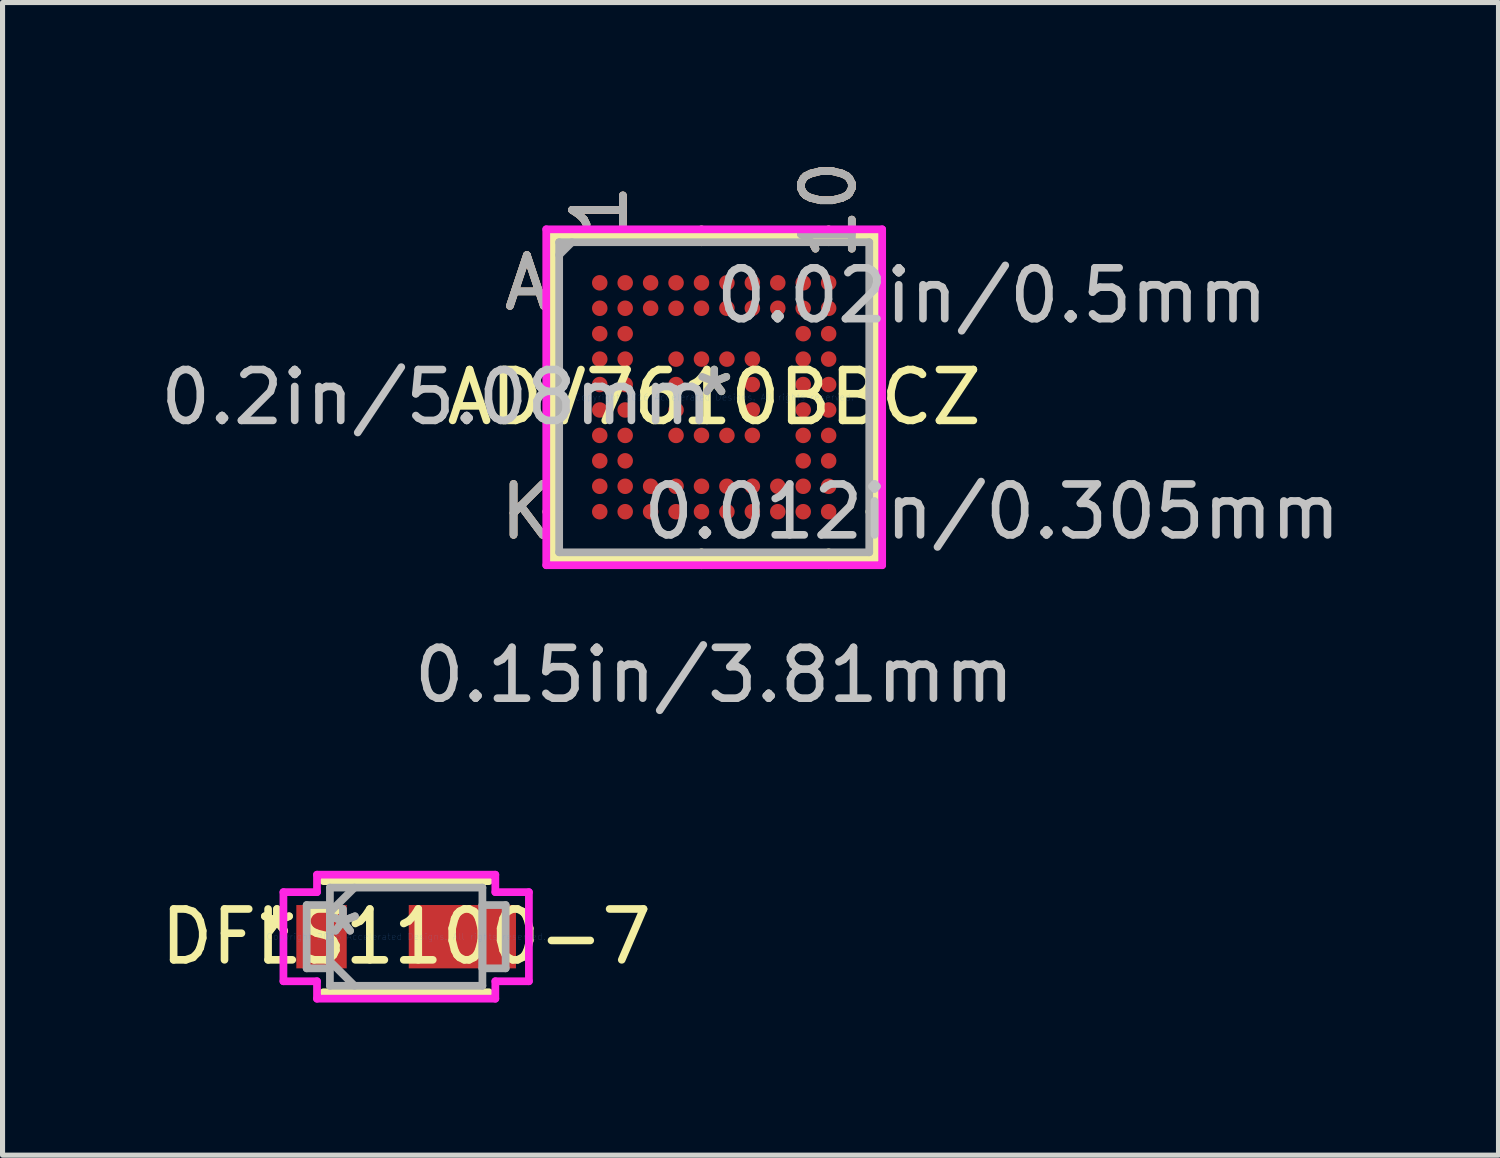
<source format=kicad_pcb>
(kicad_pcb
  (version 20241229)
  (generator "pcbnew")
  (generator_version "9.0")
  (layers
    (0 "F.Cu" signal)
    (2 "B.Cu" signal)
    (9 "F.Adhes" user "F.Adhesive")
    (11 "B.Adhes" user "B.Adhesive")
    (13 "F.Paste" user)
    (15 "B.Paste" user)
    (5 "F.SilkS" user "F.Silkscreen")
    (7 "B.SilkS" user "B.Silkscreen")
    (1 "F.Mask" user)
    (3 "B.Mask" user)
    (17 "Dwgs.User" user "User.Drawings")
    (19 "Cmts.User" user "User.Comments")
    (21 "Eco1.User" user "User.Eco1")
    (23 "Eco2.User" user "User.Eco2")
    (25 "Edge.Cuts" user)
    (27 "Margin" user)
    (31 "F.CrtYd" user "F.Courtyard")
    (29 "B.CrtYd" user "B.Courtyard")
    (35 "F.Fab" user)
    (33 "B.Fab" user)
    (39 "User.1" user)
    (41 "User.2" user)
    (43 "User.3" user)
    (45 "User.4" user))
  (footprint "ADV7610BBCZ"
    (layer "F.Cu")
    (at 10.991 4.76)
    (property "Reference" "ADV7610BBCZ" (at 0 0 0) (layer "F.SilkS") (effects (font (size 1 1) (thickness 0.15))))
    (attr through_hole)
    (fp_line (start -3.175 -3.175) (end -3.175 3.175) (stroke (width 0.152) (type solid)) (layer "F.SilkS"))
    (fp_line (start -3.175 3.175) (end 3.175 3.175) (stroke (width 0.152) (type solid)) (layer "F.SilkS"))
    (fp_line (start -3.048 -0.25) (end -3.302 -0.25) (stroke (width 0.152) (type solid)) (layer "F.SilkS"))
    (fp_line (start -3.048 2.25) (end -3.302 2.25) (stroke (width 0.152) (type solid)) (layer "F.SilkS"))
    (fp_line (start -0.25 -3.048) (end -0.25 -3.302) (stroke (width 0.152) (type solid)) (layer "F.SilkS"))
    (fp_line (start -0.25 3.048) (end -0.25 3.302) (stroke (width 0.152) (type solid)) (layer "F.SilkS"))
    (fp_line (start 2.25 -3.048) (end 2.25 -3.302) (stroke (width 0.152) (type solid)) (layer "F.SilkS"))
    (fp_line (start 2.25 3.048) (end 2.25 3.302) (stroke (width 0.152) (type solid)) (layer "F.SilkS"))
    (fp_line (start 3.048 -0.25) (end 3.302 -0.25) (stroke (width 0.152) (type solid)) (layer "F.SilkS"))
    (fp_line (start 3.048 2.25) (end 3.302 2.25) (stroke (width 0.152) (type solid)) (layer "F.SilkS"))
    (fp_line (start 3.175 -3.175) (end -3.175 -3.175) (stroke (width 0.152) (type solid)) (layer "F.SilkS"))
    (fp_line (start 3.175 3.175) (end 3.175 -3.175) (stroke (width 0.152) (type solid)) (layer "F.SilkS"))
    (fp_line (start -3.302 -3.302) (end 3.302 -3.302) (stroke (width 0.152) (type solid)) (layer "F.CrtYd"))
    (fp_line (start -3.302 3.302) (end -3.302 -3.302) (stroke (width 0.152) (type solid)) (layer "F.CrtYd"))
    (fp_line (start 3.302 -3.302) (end 3.302 3.302) (stroke (width 0.152) (type solid)) (layer "F.CrtYd"))
    (fp_line (start 3.302 3.302) (end -3.302 3.302) (stroke (width 0.152) (type solid)) (layer "F.CrtYd"))
    (fp_line (start -3.048 -3.048) (end -3.048 3.048) (stroke (width 0.152) (type solid)) (layer "F.Fab"))
    (fp_line (start -3.048 3.048) (end 3.048 3.048) (stroke (width 0.152) (type solid)) (layer "F.Fab"))
    (fp_line (start -2.798 -3.048) (end -3.048 -2.798) (stroke (width 0.152) (type solid)) (layer "F.Fab"))
    (fp_line (start 3.048 -3.048) (end -3.048 -3.048) (stroke (width 0.152) (type solid)) (layer "F.Fab"))
    (fp_line (start 3.048 3.048) (end 3.048 -3.048) (stroke (width 0.152) (type solid)) (layer "F.Fab"))
    (fp_text user "K" (at -3.683 2.25 0) (layer "F.SilkS") (effects (font (size 1 1) (thickness 0.15))))
    (fp_text user "10" (at 2.25 -3.683 90) (layer "F.SilkS") (effects (font (size 1 1) (thickness 0.15))))
    (fp_text user "*" (at 0 0 0) (layer "F.SilkS") (effects (font (size 1 1) (thickness 0.15))))
    (fp_text user "1" (at -2.25 -3.683 90) (layer "F.SilkS") (effects (font (size 1 1) (thickness 0.15))))
    (fp_text user "A" (at -3.683 -2.25 0) (layer "F.SilkS") (effects (font (size 1 1) (thickness 0.15))))
    (fp_text user "10" (at 2.25 -3.683 90) (layer "B.SilkS") (effects (font (size 1 1) (thickness 0.15))))
    (fp_text user "K" (at -3.683 2.25 0) (layer "B.SilkS") (effects (font (size 1 1) (thickness 0.15))))
    (fp_text user "A" (at -3.683 -2.25 0) (layer "B.SilkS") (effects (font (size 1 1) (thickness 0.15))))
    (fp_text user "1" (at -2.25 -3.683 90) (layer "B.SilkS") (effects (font (size 1 1) (thickness 0.15))))
    (fp_text user "0.02in/0.5mm" (at 5.461 -2 0) (layer "Dwgs.User") (effects (font (size 1 1) (thickness 0.15))))
    (fp_text user "0.012in/0.305mm" (at 5.461 2.25 0) (layer "Dwgs.User") (effects (font (size 1 1) (thickness 0.15))))
    (fp_text user "0.2in/5.08mm" (at -5.461 0 0) (layer "Dwgs.User") (effects (font (size 1 1) (thickness 0.15))))
    (fp_text user "0.15in/3.81mm" (at 0 5.461 0) (layer "Dwgs.User") (effects (font (size 1 1) (thickness 0.15))))
    (fp_text user "Copyright 2016 Accelerated Designs. All rights reserved." (at 0 0 0) (layer "Cmts.User") (effects (font (size 0.127 0.127) (thickness 0.002))))
    (fp_text user "10" (at 2.25 -3.683 90) (layer "F.Fab") (effects (font (size 1 1) (thickness 0.15))))
    (fp_text user "1" (at -2.25 -3.683 90) (layer "F.Fab") (effects (font (size 1 1) (thickness 0.15))))
    (fp_text user "*" (at 0 0 0) (layer "F.Fab") (effects (font (size 1 1) (thickness 0.15))))
    (fp_text user "K" (at -3.683 2.25 0) (layer "F.Fab") (effects (font (size 1 1) (thickness 0.15))))
    (fp_text user "A" (at -3.683 -2.25 0) (layer "F.Fab") (effects (font (size 1 1) (thickness 0.15))))
    (pad "A1" smd circle (at -2.25 -2.25) (size 0.305 0.305) (layers "F.Cu" "F.Mask" "F.Paste"))
    (pad "A2" smd circle (at -1.75 -2.25) (size 0.305 0.305) (layers "F.Cu" "F.Mask" "F.Paste"))
    (pad "A3" smd circle (at -1.25 -2.25) (size 0.305 0.305) (layers "F.Cu" "F.Mask" "F.Paste"))
    (pad "A4" smd circle (at -0.75 -2.25) (size 0.305 0.305) (layers "F.Cu" "F.Mask" "F.Paste"))
    (pad "A5" smd circle (at -0.25 -2.25) (size 0.305 0.305) (layers "F.Cu" "F.Mask" "F.Paste"))
    (pad "A6" smd circle (at 0.25 -2.25) (size 0.305 0.305) (layers "F.Cu" "F.Mask" "F.Paste"))
    (pad "A7" smd circle (at 0.75 -2.25) (size 0.305 0.305) (layers "F.Cu" "F.Mask" "F.Paste"))
    (pad "A8" smd circle (at 1.25 -2.25) (size 0.305 0.305) (layers "F.Cu" "F.Mask" "F.Paste"))
    (pad "A9" smd circle (at 1.75 -2.25) (size 0.305 0.305) (layers "F.Cu" "F.Mask" "F.Paste"))
    (pad "A10" smd circle (at 2.25 -2.25) (size 0.305 0.305) (layers "F.Cu" "F.Mask" "F.Paste"))
    (pad "B1" smd circle (at -2.25 -1.75) (size 0.305 0.305) (layers "F.Cu" "F.Mask" "F.Paste"))
    (pad "B2" smd circle (at -1.75 -1.75) (size 0.305 0.305) (layers "F.Cu" "F.Mask" "F.Paste"))
    (pad "B3" smd circle (at -1.25 -1.75) (size 0.305 0.305) (layers "F.Cu" "F.Mask" "F.Paste"))
    (pad "B4" smd circle (at -0.75 -1.75) (size 0.305 0.305) (layers "F.Cu" "F.Mask" "F.Paste"))
    (pad "B5" smd circle (at -0.25 -1.75) (size 0.305 0.305) (layers "F.Cu" "F.Mask" "F.Paste"))
    (pad "B6" smd circle (at 0.25 -1.75) (size 0.305 0.305) (layers "F.Cu" "F.Mask" "F.Paste"))
    (pad "B7" smd circle (at 0.75 -1.75) (size 0.305 0.305) (layers "F.Cu" "F.Mask" "F.Paste"))
    (pad "B8" smd circle (at 1.25 -1.75) (size 0.305 0.305) (layers "F.Cu" "F.Mask" "F.Paste"))
    (pad "B9" smd circle (at 1.75 -1.75) (size 0.305 0.305) (layers "F.Cu" "F.Mask" "F.Paste"))
    (pad "B10" smd circle (at 2.25 -1.75) (size 0.305 0.305) (layers "F.Cu" "F.Mask" "F.Paste"))
    (pad "C1" smd circle (at -2.25 -1.25) (size 0.305 0.305) (layers "F.Cu" "F.Mask" "F.Paste"))
    (pad "C2" smd circle (at -1.75 -1.25) (size 0.305 0.305) (layers "F.Cu" "F.Mask" "F.Paste"))
    (pad "C9" smd circle (at 1.75 -1.25) (size 0.305 0.305) (layers "F.Cu" "F.Mask" "F.Paste"))
    (pad "C10" smd circle (at 2.25 -1.25) (size 0.305 0.305) (layers "F.Cu" "F.Mask" "F.Paste"))
    (pad "D1" smd circle (at -2.25 -0.75) (size 0.305 0.305) (layers "F.Cu" "F.Mask" "F.Paste"))
    (pad "D2" smd circle (at -1.75 -0.75) (size 0.305 0.305) (layers "F.Cu" "F.Mask" "F.Paste"))
    (pad "D4" smd circle (at -0.75 -0.75) (size 0.305 0.305) (layers "F.Cu" "F.Mask" "F.Paste"))
    (pad "D5" smd circle (at -0.25 -0.75) (size 0.305 0.305) (layers "F.Cu" "F.Mask" "F.Paste"))
    (pad "D6" smd circle (at 0.25 -0.75) (size 0.305 0.305) (layers "F.Cu" "F.Mask" "F.Paste"))
    (pad "D7" smd circle (at 0.75 -0.75) (size 0.305 0.305) (layers "F.Cu" "F.Mask" "F.Paste"))
    (pad "D9" smd circle (at 1.75 -0.75) (size 0.305 0.305) (layers "F.Cu" "F.Mask" "F.Paste"))
    (pad "D10" smd circle (at 2.25 -0.75) (size 0.305 0.305) (layers "F.Cu" "F.Mask" "F.Paste"))
    (pad "E1" smd circle (at -2.25 -0.25) (size 0.305 0.305) (layers "F.Cu" "F.Mask" "F.Paste"))
    (pad "E2" smd circle (at -1.75 -0.25) (size 0.305 0.305) (layers "F.Cu" "F.Mask" "F.Paste"))
    (pad "E4" smd circle (at -0.75 -0.25) (size 0.305 0.305) (layers "F.Cu" "F.Mask" "F.Paste"))
    (pad "E7" smd circle (at 0.75 -0.25) (size 0.305 0.305) (layers "F.Cu" "F.Mask" "F.Paste"))
    (pad "E9" smd circle (at 1.75 -0.25) (size 0.305 0.305) (layers "F.Cu" "F.Mask" "F.Paste"))
    (pad "E10" smd circle (at 2.25 -0.25) (size 0.305 0.305) (layers "F.Cu" "F.Mask" "F.Paste"))
    (pad "F1" smd circle (at -2.25 0.25) (size 0.305 0.305) (layers "F.Cu" "F.Mask" "F.Paste"))
    (pad "F2" smd circle (at -1.75 0.25) (size 0.305 0.305) (layers "F.Cu" "F.Mask" "F.Paste"))
    (pad "F4" smd circle (at -0.75 0.25) (size 0.305 0.305) (layers "F.Cu" "F.Mask" "F.Paste"))
    (pad "F7" smd circle (at 0.75 0.25) (size 0.305 0.305) (layers "F.Cu" "F.Mask" "F.Paste"))
    (pad "F9" smd circle (at 1.75 0.25) (size 0.305 0.305) (layers "F.Cu" "F.Mask" "F.Paste"))
    (pad "F10" smd circle (at 2.25 0.25) (size 0.305 0.305) (layers "F.Cu" "F.Mask" "F.Paste"))
    (pad "G1" smd circle (at -2.25 0.75) (size 0.305 0.305) (layers "F.Cu" "F.Mask" "F.Paste"))
    (pad "G2" smd circle (at -1.75 0.75) (size 0.305 0.305) (layers "F.Cu" "F.Mask" "F.Paste"))
    (pad "G4" smd circle (at -0.75 0.75) (size 0.305 0.305) (layers "F.Cu" "F.Mask" "F.Paste"))
    (pad "G5" smd circle (at -0.25 0.75) (size 0.305 0.305) (layers "F.Cu" "F.Mask" "F.Paste"))
    (pad "G6" smd circle (at 0.25 0.75) (size 0.305 0.305) (layers "F.Cu" "F.Mask" "F.Paste"))
    (pad "G7" smd circle (at 0.75 0.75) (size 0.305 0.305) (layers "F.Cu" "F.Mask" "F.Paste"))
    (pad "G9" smd circle (at 1.75 0.75) (size 0.305 0.305) (layers "F.Cu" "F.Mask" "F.Paste"))
    (pad "G10" smd circle (at 2.25 0.75) (size 0.305 0.305) (layers "F.Cu" "F.Mask" "F.Paste"))
    (pad "H1" smd circle (at -2.25 1.25) (size 0.305 0.305) (layers "F.Cu" "F.Mask" "F.Paste"))
    (pad "H2" smd circle (at -1.75 1.25) (size 0.305 0.305) (layers "F.Cu" "F.Mask" "F.Paste"))
    (pad "H9" smd circle (at 1.75 1.25) (size 0.305 0.305) (layers "F.Cu" "F.Mask" "F.Paste"))
    (pad "H10" smd circle (at 2.25 1.25) (size 0.305 0.305) (layers "F.Cu" "F.Mask" "F.Paste"))
    (pad "J1" smd circle (at -2.25 1.75) (size 0.305 0.305) (layers "F.Cu" "F.Mask" "F.Paste"))
    (pad "J2" smd circle (at -1.75 1.75) (size 0.305 0.305) (layers "F.Cu" "F.Mask" "F.Paste"))
    (pad "J3" smd circle (at -1.25 1.75) (size 0.305 0.305) (layers "F.Cu" "F.Mask" "F.Paste"))
    (pad "J4" smd circle (at -0.75 1.75) (size 0.305 0.305) (layers "F.Cu" "F.Mask" "F.Paste"))
    (pad "J5" smd circle (at -0.25 1.75) (size 0.305 0.305) (layers "F.Cu" "F.Mask" "F.Paste"))
    (pad "J6" smd circle (at 0.25 1.75) (size 0.305 0.305) (layers "F.Cu" "F.Mask" "F.Paste"))
    (pad "J7" smd circle (at 0.75 1.75) (size 0.305 0.305) (layers "F.Cu" "F.Mask" "F.Paste"))
    (pad "J8" smd circle (at 1.25 1.75) (size 0.305 0.305) (layers "F.Cu" "F.Mask" "F.Paste"))
    (pad "J9" smd circle (at 1.75 1.75) (size 0.305 0.305) (layers "F.Cu" "F.Mask" "F.Paste"))
    (pad "J10" smd circle (at 2.25 1.75) (size 0.305 0.305) (layers "F.Cu" "F.Mask" "F.Paste"))
    (pad "K1" smd circle (at -2.25 2.25) (size 0.305 0.305) (layers "F.Cu" "F.Mask" "F.Paste"))
    (pad "K2" smd circle (at -1.75 2.25) (size 0.305 0.305) (layers "F.Cu" "F.Mask" "F.Paste"))
    (pad "K3" smd circle (at -1.25 2.25) (size 0.305 0.305) (layers "F.Cu" "F.Mask" "F.Paste"))
    (pad "K4" smd circle (at -0.75 2.25) (size 0.305 0.305) (layers "F.Cu" "F.Mask" "F.Paste"))
    (pad "K5" smd circle (at -0.25 2.25) (size 0.305 0.305) (layers "F.Cu" "F.Mask" "F.Paste"))
    (pad "K6" smd circle (at 0.25 2.25) (size 0.305 0.305) (layers "F.Cu" "F.Mask" "F.Paste"))
    (pad "K7" smd circle (at 0.75 2.25) (size 0.305 0.305) (layers "F.Cu" "F.Mask" "F.Paste"))
    (pad "K8" smd circle (at 1.25 2.25) (size 0.305 0.305) (layers "F.Cu" "F.Mask" "F.Paste"))
    (pad "K9" smd circle (at 1.75 2.25) (size 0.305 0.305) (layers "F.Cu" "F.Mask" "F.Paste"))
    (pad "K10" smd circle (at 2.25 2.25) (size 0.305 0.305) (layers "F.Cu" "F.Mask" "F.Paste")))
  (footprint "DFLS1100-7"
    (layer "F.Cu")
    (at 4.935 15.365)
    (property "Reference" "DFLS1100-7" (at 0 0 0) (layer "F.SilkS") (effects (font (size 1 1) (thickness 0.15))))
    (attr through_hole)
    (fp_line (start -1.626 1.092) (end 1.626 1.092) (stroke (width 0.152) (type solid)) (layer "F.SilkS"))
    (fp_line (start 1.626 -1.092) (end -1.626 -1.092) (stroke (width 0.152) (type solid)) (layer "F.SilkS"))
    (fp_line (start -2.413 -0.876) (end -1.753 -0.876) (stroke (width 0.152) (type solid)) (layer "F.CrtYd"))
    (fp_line (start -2.413 0.876) (end -2.413 -0.876) (stroke (width 0.152) (type solid)) (layer "F.CrtYd"))
    (fp_line (start -1.753 -1.219) (end 1.753 -1.219) (stroke (width 0.152) (type solid)) (layer "F.CrtYd"))
    (fp_line (start -1.753 -0.876) (end -1.753 -1.219) (stroke (width 0.152) (type solid)) (layer "F.CrtYd"))
    (fp_line (start -1.753 0.876) (end -2.413 0.876) (stroke (width 0.152) (type solid)) (layer "F.CrtYd"))
    (fp_line (start -1.753 1.219) (end -1.753 0.876) (stroke (width 0.152) (type solid)) (layer "F.CrtYd"))
    (fp_line (start 1.753 -1.219) (end 1.753 -0.876) (stroke (width 0.152) (type solid)) (layer "F.CrtYd"))
    (fp_line (start 1.753 -0.876) (end 2.413 -0.876) (stroke (width 0.152) (type solid)) (layer "F.CrtYd"))
    (fp_line (start 1.753 0.876) (end 1.753 1.219) (stroke (width 0.152) (type solid)) (layer "F.CrtYd"))
    (fp_line (start 1.753 1.219) (end -1.753 1.219) (stroke (width 0.152) (type solid)) (layer "F.CrtYd"))
    (fp_line (start 2.413 -0.876) (end 2.413 0.876) (stroke (width 0.152) (type solid)) (layer "F.CrtYd"))
    (fp_line (start 2.413 0.876) (end 1.753 0.876) (stroke (width 0.152) (type solid)) (layer "F.CrtYd"))
    (fp_line (start -1.956 -0.622) (end -1.956 0.622) (stroke (width 0.152) (type solid)) (layer "F.Fab"))
    (fp_line (start -1.956 0.622) (end -1.499 0.622) (stroke (width 0.152) (type solid)) (layer "F.Fab"))
    (fp_line (start -1.499 -0.965) (end -1.499 0.965) (stroke (width 0.152) (type solid)) (layer "F.Fab"))
    (fp_line (start -1.499 -0.622) (end -1.956 -0.622) (stroke (width 0.152) (type solid)) (layer "F.Fab"))
    (fp_line (start -1.499 -0.483) (end -1.016 -0.965) (stroke (width 0.152) (type solid)) (layer "F.Fab"))
    (fp_line (start -1.499 0.483) (end -1.016 0.965) (stroke (width 0.152) (type solid)) (layer "F.Fab"))
    (fp_line (start -1.499 0.622) (end -1.499 -0.622) (stroke (width 0.152) (type solid)) (layer "F.Fab"))
    (fp_line (start -1.499 0.965) (end 1.499 0.965) (stroke (width 0.152) (type solid)) (layer "F.Fab"))
    (fp_line (start 1.499 -0.965) (end -1.499 -0.965) (stroke (width 0.152) (type solid)) (layer "F.Fab"))
    (fp_line (start 1.499 -0.622) (end 1.499 0.622) (stroke (width 0.152) (type solid)) (layer "F.Fab"))
    (fp_line (start 1.499 0.622) (end 1.956 0.622) (stroke (width 0.152) (type solid)) (layer "F.Fab"))
    (fp_line (start 1.499 0.965) (end 1.499 -0.965) (stroke (width 0.152) (type solid)) (layer "F.Fab"))
    (fp_line (start 1.956 -0.622) (end 1.499 -0.622) (stroke (width 0.152) (type solid)) (layer "F.Fab"))
    (fp_line (start 1.956 0.622) (end 1.956 -0.622) (stroke (width 0.152) (type solid)) (layer "F.Fab"))
    (fp_text user "*" (at -2.54 0 0) (layer "F.SilkS") (effects (font (size 1 1) (thickness 0.15))))
    (fp_text user "*" (at -2.54 0 0) (layer "F.SilkS") (effects (font (size 1 1) (thickness 0.15))))
    (fp_text user "Copyright 2016 Accelerated Designs. All rights reserved." (at 0 0 0) (layer "Cmts.User") (effects (font (size 0.127 0.127) (thickness 0.002))))
    (fp_text user "*" (at -1.245 0 0) (layer "F.Fab") (effects (font (size 1 1) (thickness 0.15))))
    (fp_text user "*" (at -1.245 0 0) (layer "F.Fab") (effects (font (size 1 1) (thickness 0.15))))
    (pad "1" smd rect (at -1.664 0) (size 0.991 1.245) (layers "F.Cu" "F.Mask" "F.Paste"))
    (pad "2" smd rect (at 1.105 0) (size 2.108 1.245) (layers "F.Cu" "F.Mask" "F.Paste")))
  (gr_rect
    (start -3 -3)
    (end 26.41 19.66)
    (stroke (width 0.1) (type default))
    (fill no)
    (layer "Edge.Cuts")))
</source>
